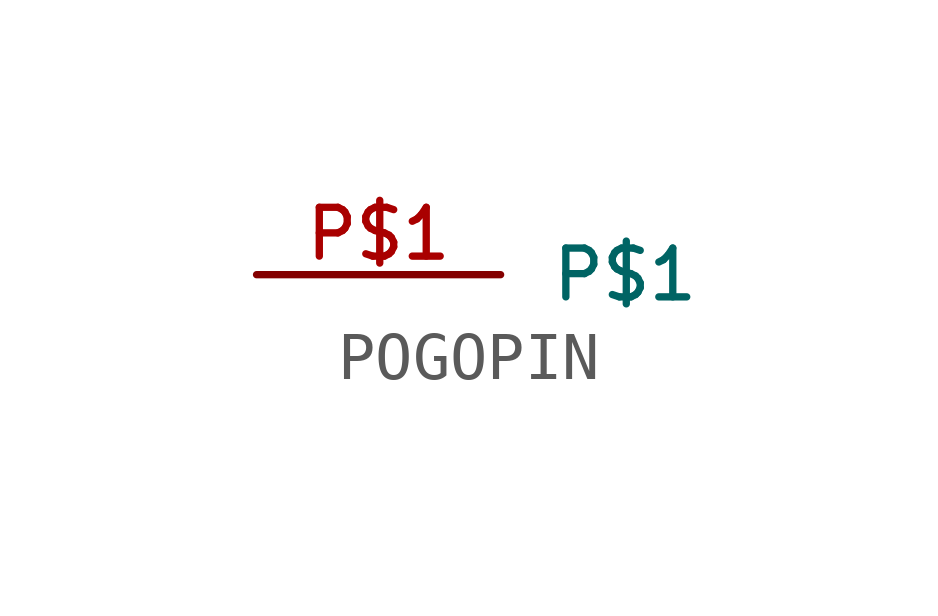
<source format=kicad_sym>
(kicad_symbol_lib
  (version 20211014)
  (generator kicad_symbol_editor)
  (symbol "POGOPIN"
    (pin_names
      (offset 1.016))
    (property "Reference" "U"
      (at 0 0 0)
      (effects (font (size 1.27 1.27)) (justify left bottom) hide))
    (property "ki_locked" ""
      (at 0 0 0)
      (effects (font (size 1.27 1.27))))
    (symbol "POGOPIN_0_0"
      (pin bidirectional line (at -5.08 0 0) (length 5.08) (name "P$1" (effects (font (size 1.016 1.016)))) (number "P$1" (effects (font (size 1.016 1.016))))))))
</source>
